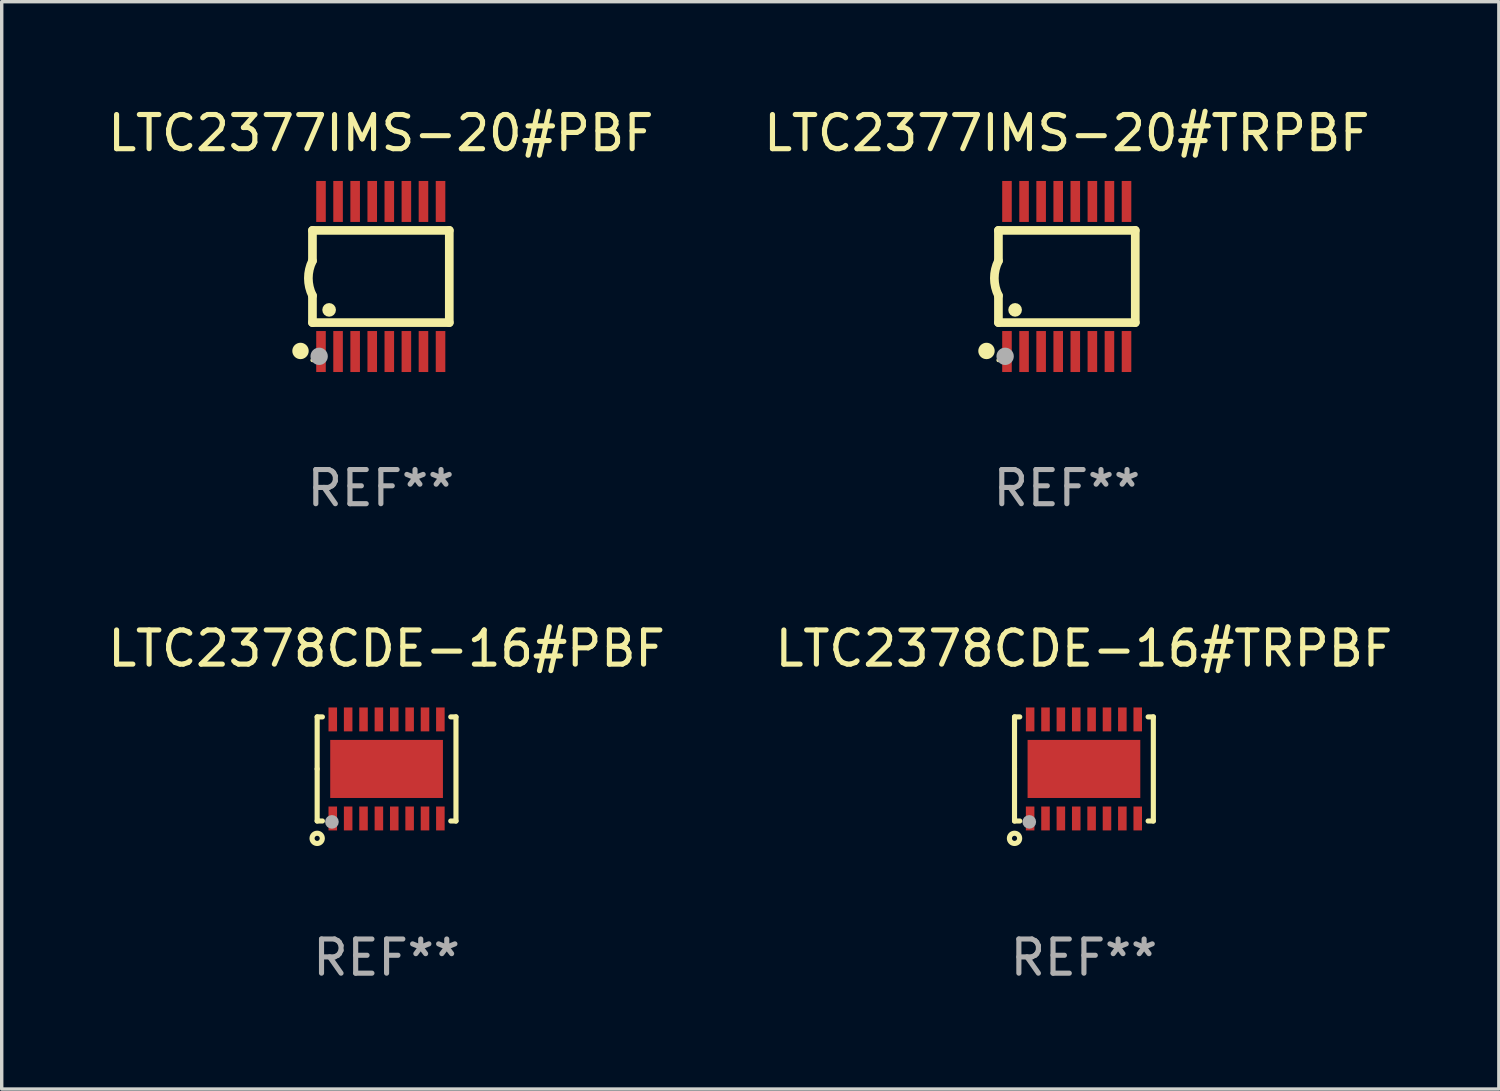
<source format=kicad_pcb>
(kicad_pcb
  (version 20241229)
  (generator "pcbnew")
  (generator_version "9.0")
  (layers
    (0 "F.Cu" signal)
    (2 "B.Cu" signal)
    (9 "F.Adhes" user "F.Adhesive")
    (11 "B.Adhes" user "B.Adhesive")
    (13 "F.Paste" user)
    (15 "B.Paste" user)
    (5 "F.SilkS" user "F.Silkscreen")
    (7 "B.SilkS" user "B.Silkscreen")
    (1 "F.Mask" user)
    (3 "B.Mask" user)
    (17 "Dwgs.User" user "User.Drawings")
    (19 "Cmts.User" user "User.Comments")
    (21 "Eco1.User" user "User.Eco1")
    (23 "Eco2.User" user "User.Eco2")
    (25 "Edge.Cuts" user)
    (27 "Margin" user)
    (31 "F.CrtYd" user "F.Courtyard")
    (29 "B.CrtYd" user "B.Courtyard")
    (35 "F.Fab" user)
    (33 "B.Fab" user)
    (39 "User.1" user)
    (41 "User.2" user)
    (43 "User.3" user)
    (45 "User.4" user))
  (footprint "LTC2377IMS-20#TRPBF"
    (layer "F.Cu")
    (at 28.185 5.045)
    (property "Reference" "LTC2377IMS-20#TRPBF" (at 0 -4.197 0) (layer "F.SilkS") (effects (font (size 1 1) (thickness 0.15))))
    (attr through_hole)
    (fp_line (start -2.003 -1.35) (end -2.003 -0.457) (stroke (width 0.254) (type solid)) (layer "F.SilkS"))
    (fp_line (start -2.003 -1.35) (end 2.003 -1.35) (stroke (width 0.254) (type solid)) (layer "F.SilkS"))
    (fp_line (start -2.003 1.35) (end -2.003 0.559) (stroke (width 0.254) (type solid)) (layer "F.SilkS"))
    (fp_line (start -2.003 1.35) (end 2.003 1.35) (stroke (width 0.254) (type solid)) (layer "F.SilkS"))
    (fp_line (start 2.003 -1.35) (end 2.003 1.35) (stroke (width 0.254) (type solid)) (layer "F.SilkS"))
    (fp_arc (start -2.002286 0.558802) (mid -2.122556 0.05092) (end -2.003302 -0.457201) (stroke (width 0.254001) (type solid)) (layer "F.SilkS"))
    (fp_circle (center -2.353 2.18) (end -2.233 2.18) (stroke (width 0.24) (type solid)) (fill no) (layer "F.SilkS"))
    (fp_circle (center -2.003 2.45) (end -1.973 2.45) (stroke (width 0.06) (type solid)) (fill no) (layer "F.SilkS"))
    (fp_circle (center -1.515 0.978) (end -1.415 0.978) (stroke (width 0.2) (type solid)) (fill no) (layer "F.SilkS"))
    (fp_circle (center -1.807 2.337) (end -1.68 2.337) (stroke (width 0.254) (type solid)) (fill no) (layer "F.Fab"))
    (fp_text user "REF**" (at 0 6.197 0) (layer "F.Fab") (effects (font (size 1 1) (thickness 0.15))))
    (pad "1" smd rect (at -1.753 2.197 90) (size 1.2 0.28) (layers "F.Cu" "F.Mask" "F.Paste"))
    (pad "2" smd rect (at -1.253 2.197 90) (size 1.2 0.28) (layers "F.Cu" "F.Mask" "F.Paste"))
    (pad "3" smd rect (at -0.753 2.197 90) (size 1.2 0.28) (layers "F.Cu" "F.Mask" "F.Paste"))
    (pad "4" smd rect (at -0.253 2.197 90) (size 1.2 0.28) (layers "F.Cu" "F.Mask" "F.Paste"))
    (pad "5" smd rect (at 0.247 2.197 90) (size 1.2 0.28) (layers "F.Cu" "F.Mask" "F.Paste"))
    (pad "6" smd rect (at 0.747 2.197 90) (size 1.2 0.28) (layers "F.Cu" "F.Mask" "F.Paste"))
    (pad "7" smd rect (at 1.247 2.197 90) (size 1.2 0.28) (layers "F.Cu" "F.Mask" "F.Paste"))
    (pad "8" smd rect (at 1.747 2.197 90) (size 1.2 0.28) (layers "F.Cu" "F.Mask" "F.Paste"))
    (pad "9" smd rect (at 1.747 -2.197 90) (size 1.2 0.28) (layers "F.Cu" "F.Mask" "F.Paste"))
    (pad "10" smd rect (at 1.247 -2.197 90) (size 1.2 0.28) (layers "F.Cu" "F.Mask" "F.Paste"))
    (pad "11" smd rect (at 0.747 -2.197 90) (size 1.2 0.28) (layers "F.Cu" "F.Mask" "F.Paste"))
    (pad "12" smd rect (at 0.247 -2.197 90) (size 1.2 0.28) (layers "F.Cu" "F.Mask" "F.Paste"))
    (pad "13" smd rect (at -0.253 -2.197 90) (size 1.2 0.28) (layers "F.Cu" "F.Mask" "F.Paste"))
    (pad "14" smd rect (at -0.753 -2.197 90) (size 1.2 0.28) (layers "F.Cu" "F.Mask" "F.Paste"))
    (pad "15" smd rect (at -1.253 -2.197 90) (size 1.2 0.28) (layers "F.Cu" "F.Mask" "F.Paste"))
    (pad "16" smd rect (at -1.753 -2.197 90) (size 1.2 0.28) (layers "F.Cu" "F.Mask" "F.Paste")))
  (footprint "LTC2377IMS-20#PBF"
    (layer "F.Cu")
    (at 8.101 5.045)
    (property "Reference" "LTC2377IMS-20#PBF" (at 0 -4.197 0) (layer "F.SilkS") (effects (font (size 1 1) (thickness 0.15))))
    (attr through_hole)
    (fp_line (start -2.003 -1.35) (end -2.003 -0.457) (stroke (width 0.254) (type solid)) (layer "F.SilkS"))
    (fp_line (start -2.003 -1.35) (end 2.003 -1.35) (stroke (width 0.254) (type solid)) (layer "F.SilkS"))
    (fp_line (start -2.003 1.35) (end -2.003 0.559) (stroke (width 0.254) (type solid)) (layer "F.SilkS"))
    (fp_line (start -2.003 1.35) (end 2.003 1.35) (stroke (width 0.254) (type solid)) (layer "F.SilkS"))
    (fp_line (start 2.003 -1.35) (end 2.003 1.35) (stroke (width 0.254) (type solid)) (layer "F.SilkS"))
    (fp_arc (start -2.002286 0.558802) (mid -2.122556 0.05092) (end -2.003302 -0.457201) (stroke (width 0.254001) (type solid)) (layer "F.SilkS"))
    (fp_circle (center -2.353 2.18) (end -2.233 2.18) (stroke (width 0.24) (type solid)) (fill no) (layer "F.SilkS"))
    (fp_circle (center -2.003 2.45) (end -1.973 2.45) (stroke (width 0.06) (type solid)) (fill no) (layer "F.SilkS"))
    (fp_circle (center -1.515 0.978) (end -1.415 0.978) (stroke (width 0.2) (type solid)) (fill no) (layer "F.SilkS"))
    (fp_circle (center -1.807 2.337) (end -1.68 2.337) (stroke (width 0.254) (type solid)) (fill no) (layer "F.Fab"))
    (fp_text user "REF**" (at 0 6.197 0) (layer "F.Fab") (effects (font (size 1 1) (thickness 0.15))))
    (pad "1" smd rect (at -1.753 2.197 90) (size 1.2 0.28) (layers "F.Cu" "F.Mask" "F.Paste"))
    (pad "2" smd rect (at -1.253 2.197 90) (size 1.2 0.28) (layers "F.Cu" "F.Mask" "F.Paste"))
    (pad "3" smd rect (at -0.753 2.197 90) (size 1.2 0.28) (layers "F.Cu" "F.Mask" "F.Paste"))
    (pad "4" smd rect (at -0.253 2.197 90) (size 1.2 0.28) (layers "F.Cu" "F.Mask" "F.Paste"))
    (pad "5" smd rect (at 0.247 2.197 90) (size 1.2 0.28) (layers "F.Cu" "F.Mask" "F.Paste"))
    (pad "6" smd rect (at 0.747 2.197 90) (size 1.2 0.28) (layers "F.Cu" "F.Mask" "F.Paste"))
    (pad "7" smd rect (at 1.247 2.197 90) (size 1.2 0.28) (layers "F.Cu" "F.Mask" "F.Paste"))
    (pad "8" smd rect (at 1.747 2.197 90) (size 1.2 0.28) (layers "F.Cu" "F.Mask" "F.Paste"))
    (pad "9" smd rect (at 1.747 -2.197 90) (size 1.2 0.28) (layers "F.Cu" "F.Mask" "F.Paste"))
    (pad "10" smd rect (at 1.247 -2.197 90) (size 1.2 0.28) (layers "F.Cu" "F.Mask" "F.Paste"))
    (pad "11" smd rect (at 0.747 -2.197 90) (size 1.2 0.28) (layers "F.Cu" "F.Mask" "F.Paste"))
    (pad "12" smd rect (at 0.247 -2.197 90) (size 1.2 0.28) (layers "F.Cu" "F.Mask" "F.Paste"))
    (pad "13" smd rect (at -0.253 -2.197 90) (size 1.2 0.28) (layers "F.Cu" "F.Mask" "F.Paste"))
    (pad "14" smd rect (at -0.753 -2.197 90) (size 1.2 0.28) (layers "F.Cu" "F.Mask" "F.Paste"))
    (pad "15" smd rect (at -1.253 -2.197 90) (size 1.2 0.28) (layers "F.Cu" "F.Mask" "F.Paste"))
    (pad "16" smd rect (at -1.753 -2.197 90) (size 1.2 0.28) (layers "F.Cu" "F.Mask" "F.Paste")))
  (footprint "LTC2378CDE-16#PBF"
    (layer "F.Cu")
    (at 8.268 19.463)
    (property "Reference" "LTC2378CDE-16#PBF" (at 0 -3.524 0) (layer "F.SilkS") (effects (font (size 1 1) (thickness 0.15))))
    (attr through_hole)
    (fp_line (start -2.032 -1.524) (end -1.879 -1.524) (stroke (width 0.15) (type solid)) (layer "F.SilkS"))
    (fp_line (start -2.032 0) (end -2.032 -1.524) (stroke (width 0.15) (type solid)) (layer "F.SilkS"))
    (fp_line (start -2.032 1.524) (end -2.032 0) (stroke (width 0.15) (type solid)) (layer "F.SilkS"))
    (fp_line (start -1.879 1.524) (end -2.032 1.524) (stroke (width 0.15) (type solid)) (layer "F.SilkS"))
    (fp_line (start 1.879 -1.524) (end 2.032 -1.524) (stroke (width 0.15) (type solid)) (layer "F.SilkS"))
    (fp_line (start 2.032 -1.524) (end 2.032 1.524) (stroke (width 0.15) (type solid)) (layer "F.SilkS"))
    (fp_line (start 2.032 1.524) (end 1.879 1.524) (stroke (width 0.15) (type solid)) (layer "F.SilkS"))
    (fp_circle (center -2.032 2.032) (end -1.882 2.032) (stroke (width 0.15) (type solid)) (fill no) (layer "F.SilkS"))
    (fp_circle (center -2 1.5) (end -1.97 1.5) (stroke (width 0.06) (type solid)) (fill no) (layer "F.SilkS"))
    (fp_circle (center -1.6 1.55) (end -1.5 1.55) (stroke (width 0.2) (type solid)) (fill no) (layer "F.Fab"))
    (fp_text user "REF**" (at 0 5.524 0) (layer "F.Fab") (effects (font (size 1 1) (thickness 0.15))))
    (pad "1" smd rect (at -1.575 1.45 90) (size 0.7 0.25) (layers "F.Cu" "F.Mask" "F.Paste"))
    (pad "2" smd rect (at -1.125 1.45 90) (size 0.7 0.25) (layers "F.Cu" "F.Mask" "F.Paste"))
    (pad "3" smd rect (at -0.675 1.45 90) (size 0.7 0.25) (layers "F.Cu" "F.Mask" "F.Paste"))
    (pad "4" smd rect (at -0.225 1.45 90) (size 0.7 0.25) (layers "F.Cu" "F.Mask" "F.Paste"))
    (pad "5" smd rect (at 0.225 1.45 90) (size 0.7 0.25) (layers "F.Cu" "F.Mask" "F.Paste"))
    (pad "6" smd rect (at 0.675 1.45 90) (size 0.7 0.25) (layers "F.Cu" "F.Mask" "F.Paste"))
    (pad "7" smd rect (at 1.125 1.45 90) (size 0.7 0.25) (layers "F.Cu" "F.Mask" "F.Paste"))
    (pad "8" smd rect (at 1.575 1.45 90) (size 0.7 0.25) (layers "F.Cu" "F.Mask" "F.Paste"))
    (pad "9" smd rect (at 1.575 -1.45 90) (size 0.7 0.25) (layers "F.Cu" "F.Mask" "F.Paste"))
    (pad "10" smd rect (at 1.125 -1.45 90) (size 0.7 0.25) (layers "F.Cu" "F.Mask" "F.Paste"))
    (pad "11" smd rect (at 0.675 -1.45 90) (size 0.7 0.25) (layers "F.Cu" "F.Mask" "F.Paste"))
    (pad "12" smd rect (at 0.225 -1.45 90) (size 0.7 0.25) (layers "F.Cu" "F.Mask" "F.Paste"))
    (pad "13" smd rect (at -0.225 -1.45 90) (size 0.7 0.25) (layers "F.Cu" "F.Mask" "F.Paste"))
    (pad "14" smd rect (at -0.675 -1.45 90) (size 0.7 0.25) (layers "F.Cu" "F.Mask" "F.Paste"))
    (pad "15" smd rect (at -1.125 -1.45 90) (size 0.7 0.25) (layers "F.Cu" "F.Mask" "F.Paste"))
    (pad "16" smd rect (at -1.575 -1.45 90) (size 0.7 0.25) (layers "F.Cu" "F.Mask" "F.Paste"))
    (pad "17" smd rect (at 0.000127 0 90) (size 1.7 3.3) (layers "F.Cu" "F.Mask" "F.Paste")))
  (footprint "LTC2378CDE-16#TRPBF"
    (layer "F.Cu")
    (at 28.685 19.463)
    (property "Reference" "LTC2378CDE-16#TRPBF" (at 0 -3.524 0) (layer "F.SilkS") (effects (font (size 1 1) (thickness 0.15))))
    (attr through_hole)
    (fp_line (start -2.032 -1.524) (end -1.879 -1.524) (stroke (width 0.15) (type solid)) (layer "F.SilkS"))
    (fp_line (start -2.032 0) (end -2.032 -1.524) (stroke (width 0.15) (type solid)) (layer "F.SilkS"))
    (fp_line (start -2.032 1.524) (end -2.032 0) (stroke (width 0.15) (type solid)) (layer "F.SilkS"))
    (fp_line (start -1.879 1.524) (end -2.032 1.524) (stroke (width 0.15) (type solid)) (layer "F.SilkS"))
    (fp_line (start 1.879 -1.524) (end 2.032 -1.524) (stroke (width 0.15) (type solid)) (layer "F.SilkS"))
    (fp_line (start 2.032 -1.524) (end 2.032 1.524) (stroke (width 0.15) (type solid)) (layer "F.SilkS"))
    (fp_line (start 2.032 1.524) (end 1.879 1.524) (stroke (width 0.15) (type solid)) (layer "F.SilkS"))
    (fp_circle (center -2.032 2.032) (end -1.882 2.032) (stroke (width 0.15) (type solid)) (fill no) (layer "F.SilkS"))
    (fp_circle (center -2 1.5) (end -1.97 1.5) (stroke (width 0.06) (type solid)) (fill no) (layer "F.SilkS"))
    (fp_circle (center -1.6 1.55) (end -1.5 1.55) (stroke (width 0.2) (type solid)) (fill no) (layer "F.Fab"))
    (fp_text user "REF**" (at 0 5.524 0) (layer "F.Fab") (effects (font (size 1 1) (thickness 0.15))))
    (pad "1" smd rect (at -1.575 1.45 90) (size 0.7 0.25) (layers "F.Cu" "F.Mask" "F.Paste"))
    (pad "2" smd rect (at -1.125 1.45 90) (size 0.7 0.25) (layers "F.Cu" "F.Mask" "F.Paste"))
    (pad "3" smd rect (at -0.675 1.45 90) (size 0.7 0.25) (layers "F.Cu" "F.Mask" "F.Paste"))
    (pad "4" smd rect (at -0.225 1.45 90) (size 0.7 0.25) (layers "F.Cu" "F.Mask" "F.Paste"))
    (pad "5" smd rect (at 0.225 1.45 90) (size 0.7 0.25) (layers "F.Cu" "F.Mask" "F.Paste"))
    (pad "6" smd rect (at 0.675 1.45 90) (size 0.7 0.25) (layers "F.Cu" "F.Mask" "F.Paste"))
    (pad "7" smd rect (at 1.125 1.45 90) (size 0.7 0.25) (layers "F.Cu" "F.Mask" "F.Paste"))
    (pad "8" smd rect (at 1.575 1.45 90) (size 0.7 0.25) (layers "F.Cu" "F.Mask" "F.Paste"))
    (pad "9" smd rect (at 1.575 -1.45 90) (size 0.7 0.25) (layers "F.Cu" "F.Mask" "F.Paste"))
    (pad "10" smd rect (at 1.125 -1.45 90) (size 0.7 0.25) (layers "F.Cu" "F.Mask" "F.Paste"))
    (pad "11" smd rect (at 0.675 -1.45 90) (size 0.7 0.25) (layers "F.Cu" "F.Mask" "F.Paste"))
    (pad "12" smd rect (at 0.225 -1.45 90) (size 0.7 0.25) (layers "F.Cu" "F.Mask" "F.Paste"))
    (pad "13" smd rect (at -0.225 -1.45 90) (size 0.7 0.25) (layers "F.Cu" "F.Mask" "F.Paste"))
    (pad "14" smd rect (at -0.675 -1.45 90) (size 0.7 0.25) (layers "F.Cu" "F.Mask" "F.Paste"))
    (pad "15" smd rect (at -1.125 -1.45 90) (size 0.7 0.25) (layers "F.Cu" "F.Mask" "F.Paste"))
    (pad "16" smd rect (at -1.575 -1.45 90) (size 0.7 0.25) (layers "F.Cu" "F.Mask" "F.Paste"))
    (pad "17" smd rect (at 0.000127 0 90) (size 1.7 3.3) (layers "F.Cu" "F.Mask" "F.Paste")))
  (gr_rect
    (start -3 -3)
    (end 40.833 28.835)
    (stroke (width 0.1) (type default))
    (fill no)
    (layer "Edge.Cuts")))
</source>
